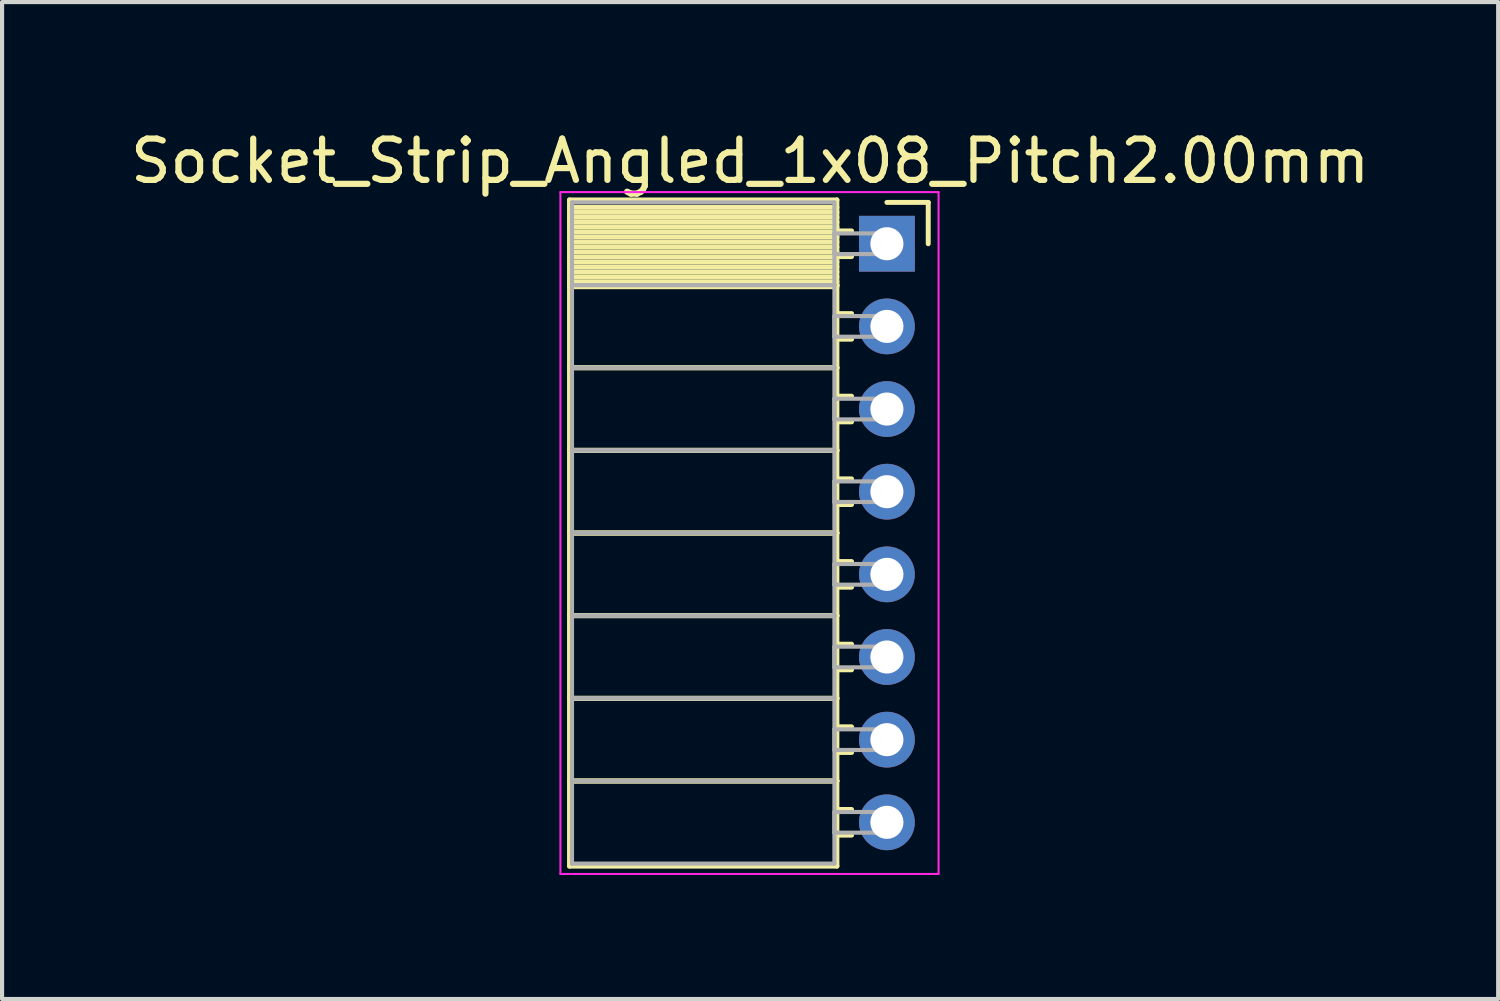
<source format=kicad_pcb>
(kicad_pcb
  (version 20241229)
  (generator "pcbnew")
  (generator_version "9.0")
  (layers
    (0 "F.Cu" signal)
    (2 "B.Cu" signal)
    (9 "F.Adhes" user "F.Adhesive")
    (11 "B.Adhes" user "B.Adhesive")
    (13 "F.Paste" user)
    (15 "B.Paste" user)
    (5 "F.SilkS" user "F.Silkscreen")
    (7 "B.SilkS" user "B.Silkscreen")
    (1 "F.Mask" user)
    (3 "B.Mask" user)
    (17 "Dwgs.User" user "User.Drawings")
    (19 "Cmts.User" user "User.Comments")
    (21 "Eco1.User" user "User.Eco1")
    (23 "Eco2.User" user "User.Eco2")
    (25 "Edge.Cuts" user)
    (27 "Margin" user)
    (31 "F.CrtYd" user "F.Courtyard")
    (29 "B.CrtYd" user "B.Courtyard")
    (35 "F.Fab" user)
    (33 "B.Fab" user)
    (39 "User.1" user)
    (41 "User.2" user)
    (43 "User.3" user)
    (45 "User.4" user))
  (footprint "Socket_Strip_Angled_1x08_Pitch2.00mm"
    (layer "F.Cu")
    (at 18.411 2.848)
    (property "Reference" "Socket_Strip_Angled_1x08_Pitch2.00mm" (at -3.31 -2 0) (layer "F.SilkS") (effects (font (size 1 1) (thickness 0.15))))
    (attr through_hole)
    (fp_line (start -7.68 -1.06) (end -1.21 -1.06) (stroke (width 0.12) (type solid)) (layer "F.SilkS"))
    (fp_line (start -7.68 1) (end -7.68 -1.06) (stroke (width 0.12) (type solid)) (layer "F.SilkS"))
    (fp_line (start -7.68 1) (end -1.21 1) (stroke (width 0.12) (type solid)) (layer "F.SilkS"))
    (fp_line (start -7.68 3) (end -7.68 1) (stroke (width 0.12) (type solid)) (layer "F.SilkS"))
    (fp_line (start -7.68 3) (end -1.21 3) (stroke (width 0.12) (type solid)) (layer "F.SilkS"))
    (fp_line (start -7.68 5) (end -7.68 3) (stroke (width 0.12) (type solid)) (layer "F.SilkS"))
    (fp_line (start -7.68 5) (end -1.21 5) (stroke (width 0.12) (type solid)) (layer "F.SilkS"))
    (fp_line (start -7.68 7) (end -7.68 5) (stroke (width 0.12) (type solid)) (layer "F.SilkS"))
    (fp_line (start -7.68 7) (end -1.21 7) (stroke (width 0.12) (type solid)) (layer "F.SilkS"))
    (fp_line (start -7.68 9) (end -7.68 7) (stroke (width 0.12) (type solid)) (layer "F.SilkS"))
    (fp_line (start -7.68 9) (end -1.21 9) (stroke (width 0.12) (type solid)) (layer "F.SilkS"))
    (fp_line (start -7.68 11) (end -7.68 9) (stroke (width 0.12) (type solid)) (layer "F.SilkS"))
    (fp_line (start -7.68 11) (end -1.21 11) (stroke (width 0.12) (type solid)) (layer "F.SilkS"))
    (fp_line (start -7.68 13) (end -7.68 11) (stroke (width 0.12) (type solid)) (layer "F.SilkS"))
    (fp_line (start -7.68 13) (end -1.21 13) (stroke (width 0.12) (type solid)) (layer "F.SilkS"))
    (fp_line (start -7.68 15.06) (end -7.68 13) (stroke (width 0.12) (type solid)) (layer "F.SilkS"))
    (fp_line (start -1.21 -1.06) (end -1.21 1) (stroke (width 0.12) (type solid)) (layer "F.SilkS"))
    (fp_line (start -1.21 -0.88) (end -7.68 -0.88) (stroke (width 0.12) (type solid)) (layer "F.SilkS"))
    (fp_line (start -1.21 -0.76) (end -7.68 -0.76) (stroke (width 0.12) (type solid)) (layer "F.SilkS"))
    (fp_line (start -1.21 -0.64) (end -7.68 -0.64) (stroke (width 0.12) (type solid)) (layer "F.SilkS"))
    (fp_line (start -1.21 -0.52) (end -7.68 -0.52) (stroke (width 0.12) (type solid)) (layer "F.SilkS"))
    (fp_line (start -1.21 -0.4) (end -7.68 -0.4) (stroke (width 0.12) (type solid)) (layer "F.SilkS"))
    (fp_line (start -1.21 -0.28) (end -7.68 -0.28) (stroke (width 0.12) (type solid)) (layer "F.SilkS"))
    (fp_line (start -1.21 -0.16) (end -7.68 -0.16) (stroke (width 0.12) (type solid)) (layer "F.SilkS"))
    (fp_line (start -1.21 -0.04) (end -7.68 -0.04) (stroke (width 0.12) (type solid)) (layer "F.SilkS"))
    (fp_line (start -1.21 0.08) (end -7.68 0.08) (stroke (width 0.12) (type solid)) (layer "F.SilkS"))
    (fp_line (start -1.21 0.2) (end -7.68 0.2) (stroke (width 0.12) (type solid)) (layer "F.SilkS"))
    (fp_line (start -1.21 0.32) (end -7.68 0.32) (stroke (width 0.12) (type solid)) (layer "F.SilkS"))
    (fp_line (start -1.21 0.44) (end -7.68 0.44) (stroke (width 0.12) (type solid)) (layer "F.SilkS"))
    (fp_line (start -1.21 0.56) (end -7.68 0.56) (stroke (width 0.12) (type solid)) (layer "F.SilkS"))
    (fp_line (start -1.21 0.68) (end -7.68 0.68) (stroke (width 0.12) (type solid)) (layer "F.SilkS"))
    (fp_line (start -1.21 0.8) (end -7.68 0.8) (stroke (width 0.12) (type solid)) (layer "F.SilkS"))
    (fp_line (start -1.21 0.92) (end -7.68 0.92) (stroke (width 0.12) (type solid)) (layer "F.SilkS"))
    (fp_line (start -1.21 1) (end -7.68 1) (stroke (width 0.12) (type solid)) (layer "F.SilkS"))
    (fp_line (start -1.21 1) (end -1.21 3) (stroke (width 0.12) (type solid)) (layer "F.SilkS"))
    (fp_line (start -1.21 1.04) (end -7.68 1.04) (stroke (width 0.12) (type solid)) (layer "F.SilkS"))
    (fp_line (start -1.21 3) (end -7.68 3) (stroke (width 0.12) (type solid)) (layer "F.SilkS"))
    (fp_line (start -1.21 3) (end -1.21 5) (stroke (width 0.12) (type solid)) (layer "F.SilkS"))
    (fp_line (start -1.21 5) (end -7.68 5) (stroke (width 0.12) (type solid)) (layer "F.SilkS"))
    (fp_line (start -1.21 5) (end -1.21 7) (stroke (width 0.12) (type solid)) (layer "F.SilkS"))
    (fp_line (start -1.21 7) (end -7.68 7) (stroke (width 0.12) (type solid)) (layer "F.SilkS"))
    (fp_line (start -1.21 7) (end -1.21 9) (stroke (width 0.12) (type solid)) (layer "F.SilkS"))
    (fp_line (start -1.21 9) (end -7.68 9) (stroke (width 0.12) (type solid)) (layer "F.SilkS"))
    (fp_line (start -1.21 9) (end -1.21 11) (stroke (width 0.12) (type solid)) (layer "F.SilkS"))
    (fp_line (start -1.21 11) (end -7.68 11) (stroke (width 0.12) (type solid)) (layer "F.SilkS"))
    (fp_line (start -1.21 11) (end -1.21 13) (stroke (width 0.12) (type solid)) (layer "F.SilkS"))
    (fp_line (start -1.21 13) (end -7.68 13) (stroke (width 0.12) (type solid)) (layer "F.SilkS"))
    (fp_line (start -1.21 13) (end -1.21 15.06) (stroke (width 0.12) (type solid)) (layer "F.SilkS"))
    (fp_line (start -1.21 15.06) (end -7.68 15.06) (stroke (width 0.12) (type solid)) (layer "F.SilkS"))
    (fp_line (start -0.855 -0.31) (end -1.21 -0.31) (stroke (width 0.12) (type solid)) (layer "F.SilkS"))
    (fp_line (start -0.855 0.31) (end -1.21 0.31) (stroke (width 0.12) (type solid)) (layer "F.SilkS"))
    (fp_line (start -0.855 1.69) (end -1.21 1.69) (stroke (width 0.12) (type solid)) (layer "F.SilkS"))
    (fp_line (start -0.855 2.31) (end -1.21 2.31) (stroke (width 0.12) (type solid)) (layer "F.SilkS"))
    (fp_line (start -0.855 3.69) (end -1.21 3.69) (stroke (width 0.12) (type solid)) (layer "F.SilkS"))
    (fp_line (start -0.855 4.31) (end -1.21 4.31) (stroke (width 0.12) (type solid)) (layer "F.SilkS"))
    (fp_line (start -0.855 5.69) (end -1.21 5.69) (stroke (width 0.12) (type solid)) (layer "F.SilkS"))
    (fp_line (start -0.855 6.31) (end -1.21 6.31) (stroke (width 0.12) (type solid)) (layer "F.SilkS"))
    (fp_line (start -0.855 7.69) (end -1.21 7.69) (stroke (width 0.12) (type solid)) (layer "F.SilkS"))
    (fp_line (start -0.855 8.31) (end -1.21 8.31) (stroke (width 0.12) (type solid)) (layer "F.SilkS"))
    (fp_line (start -0.855 9.69) (end -1.21 9.69) (stroke (width 0.12) (type solid)) (layer "F.SilkS"))
    (fp_line (start -0.855 10.31) (end -1.21 10.31) (stroke (width 0.12) (type solid)) (layer "F.SilkS"))
    (fp_line (start -0.855 11.69) (end -1.21 11.69) (stroke (width 0.12) (type solid)) (layer "F.SilkS"))
    (fp_line (start -0.855 12.31) (end -1.21 12.31) (stroke (width 0.12) (type solid)) (layer "F.SilkS"))
    (fp_line (start -0.855 13.69) (end -1.21 13.69) (stroke (width 0.12) (type solid)) (layer "F.SilkS"))
    (fp_line (start -0.855 14.31) (end -1.21 14.31) (stroke (width 0.12) (type solid)) (layer "F.SilkS"))
    (fp_line (start 0 -1) (end 1 -1) (stroke (width 0.12) (type solid)) (layer "F.SilkS"))
    (fp_line (start 1 -1) (end 1 0) (stroke (width 0.12) (type solid)) (layer "F.SilkS"))
    (fp_line (start -7.9 -1.25) (end 1.25 -1.25) (stroke (width 0.05) (type solid)) (layer "F.CrtYd"))
    (fp_line (start -7.9 15.25) (end -7.9 -1.25) (stroke (width 0.05) (type solid)) (layer "F.CrtYd"))
    (fp_line (start 1.25 -1.25) (end 1.25 15.25) (stroke (width 0.05) (type solid)) (layer "F.CrtYd"))
    (fp_line (start 1.25 15.25) (end -7.9 15.25) (stroke (width 0.05) (type solid)) (layer "F.CrtYd"))
    (fp_line (start -7.62 -1) (end -1.27 -1) (stroke (width 0.1) (type solid)) (layer "F.Fab"))
    (fp_line (start -7.62 1) (end -7.62 -1) (stroke (width 0.1) (type solid)) (layer "F.Fab"))
    (fp_line (start -7.62 1) (end -1.27 1) (stroke (width 0.1) (type solid)) (layer "F.Fab"))
    (fp_line (start -7.62 3) (end -7.62 1) (stroke (width 0.1) (type solid)) (layer "F.Fab"))
    (fp_line (start -7.62 3) (end -1.27 3) (stroke (width 0.1) (type solid)) (layer "F.Fab"))
    (fp_line (start -7.62 5) (end -7.62 3) (stroke (width 0.1) (type solid)) (layer "F.Fab"))
    (fp_line (start -7.62 5) (end -1.27 5) (stroke (width 0.1) (type solid)) (layer "F.Fab"))
    (fp_line (start -7.62 7) (end -7.62 5) (stroke (width 0.1) (type solid)) (layer "F.Fab"))
    (fp_line (start -7.62 7) (end -1.27 7) (stroke (width 0.1) (type solid)) (layer "F.Fab"))
    (fp_line (start -7.62 9) (end -7.62 7) (stroke (width 0.1) (type solid)) (layer "F.Fab"))
    (fp_line (start -7.62 9) (end -1.27 9) (stroke (width 0.1) (type solid)) (layer "F.Fab"))
    (fp_line (start -7.62 11) (end -7.62 9) (stroke (width 0.1) (type solid)) (layer "F.Fab"))
    (fp_line (start -7.62 11) (end -1.27 11) (stroke (width 0.1) (type solid)) (layer "F.Fab"))
    (fp_line (start -7.62 13) (end -7.62 11) (stroke (width 0.1) (type solid)) (layer "F.Fab"))
    (fp_line (start -7.62 13) (end -1.27 13) (stroke (width 0.1) (type solid)) (layer "F.Fab"))
    (fp_line (start -7.62 15) (end -7.62 13) (stroke (width 0.1) (type solid)) (layer "F.Fab"))
    (fp_line (start -1.27 -1) (end -1.27 1) (stroke (width 0.1) (type solid)) (layer "F.Fab"))
    (fp_line (start -1.27 -0.25) (end 0 -0.25) (stroke (width 0.1) (type solid)) (layer "F.Fab"))
    (fp_line (start -1.27 0.25) (end -1.27 -0.25) (stroke (width 0.1) (type solid)) (layer "F.Fab"))
    (fp_line (start -1.27 1) (end -7.62 1) (stroke (width 0.1) (type solid)) (layer "F.Fab"))
    (fp_line (start -1.27 1) (end -1.27 3) (stroke (width 0.1) (type solid)) (layer "F.Fab"))
    (fp_line (start -1.27 1.75) (end 0 1.75) (stroke (width 0.1) (type solid)) (layer "F.Fab"))
    (fp_line (start -1.27 2.25) (end -1.27 1.75) (stroke (width 0.1) (type solid)) (layer "F.Fab"))
    (fp_line (start -1.27 3) (end -7.62 3) (stroke (width 0.1) (type solid)) (layer "F.Fab"))
    (fp_line (start -1.27 3) (end -1.27 5) (stroke (width 0.1) (type solid)) (layer "F.Fab"))
    (fp_line (start -1.27 3.75) (end 0 3.75) (stroke (width 0.1) (type solid)) (layer "F.Fab"))
    (fp_line (start -1.27 4.25) (end -1.27 3.75) (stroke (width 0.1) (type solid)) (layer "F.Fab"))
    (fp_line (start -1.27 5) (end -7.62 5) (stroke (width 0.1) (type solid)) (layer "F.Fab"))
    (fp_line (start -1.27 5) (end -1.27 7) (stroke (width 0.1) (type solid)) (layer "F.Fab"))
    (fp_line (start -1.27 5.75) (end 0 5.75) (stroke (width 0.1) (type solid)) (layer "F.Fab"))
    (fp_line (start -1.27 6.25) (end -1.27 5.75) (stroke (width 0.1) (type solid)) (layer "F.Fab"))
    (fp_line (start -1.27 7) (end -7.62 7) (stroke (width 0.1) (type solid)) (layer "F.Fab"))
    (fp_line (start -1.27 7) (end -1.27 9) (stroke (width 0.1) (type solid)) (layer "F.Fab"))
    (fp_line (start -1.27 7.75) (end 0 7.75) (stroke (width 0.1) (type solid)) (layer "F.Fab"))
    (fp_line (start -1.27 8.25) (end -1.27 7.75) (stroke (width 0.1) (type solid)) (layer "F.Fab"))
    (fp_line (start -1.27 9) (end -7.62 9) (stroke (width 0.1) (type solid)) (layer "F.Fab"))
    (fp_line (start -1.27 9) (end -1.27 11) (stroke (width 0.1) (type solid)) (layer "F.Fab"))
    (fp_line (start -1.27 9.75) (end 0 9.75) (stroke (width 0.1) (type solid)) (layer "F.Fab"))
    (fp_line (start -1.27 10.25) (end -1.27 9.75) (stroke (width 0.1) (type solid)) (layer "F.Fab"))
    (fp_line (start -1.27 11) (end -7.62 11) (stroke (width 0.1) (type solid)) (layer "F.Fab"))
    (fp_line (start -1.27 11) (end -1.27 13) (stroke (width 0.1) (type solid)) (layer "F.Fab"))
    (fp_line (start -1.27 11.75) (end 0 11.75) (stroke (width 0.1) (type solid)) (layer "F.Fab"))
    (fp_line (start -1.27 12.25) (end -1.27 11.75) (stroke (width 0.1) (type solid)) (layer "F.Fab"))
    (fp_line (start -1.27 13) (end -7.62 13) (stroke (width 0.1) (type solid)) (layer "F.Fab"))
    (fp_line (start -1.27 13) (end -1.27 15) (stroke (width 0.1) (type solid)) (layer "F.Fab"))
    (fp_line (start -1.27 13.75) (end 0 13.75) (stroke (width 0.1) (type solid)) (layer "F.Fab"))
    (fp_line (start -1.27 14.25) (end -1.27 13.75) (stroke (width 0.1) (type solid)) (layer "F.Fab"))
    (fp_line (start -1.27 15) (end -7.62 15) (stroke (width 0.1) (type solid)) (layer "F.Fab"))
    (fp_line (start 0 -0.25) (end 0 0.25) (stroke (width 0.1) (type solid)) (layer "F.Fab"))
    (fp_line (start 0 0.25) (end -1.27 0.25) (stroke (width 0.1) (type solid)) (layer "F.Fab"))
    (fp_line (start 0 1.75) (end 0 2.25) (stroke (width 0.1) (type solid)) (layer "F.Fab"))
    (fp_line (start 0 2.25) (end -1.27 2.25) (stroke (width 0.1) (type solid)) (layer "F.Fab"))
    (fp_line (start 0 3.75) (end 0 4.25) (stroke (width 0.1) (type solid)) (layer "F.Fab"))
    (fp_line (start 0 4.25) (end -1.27 4.25) (stroke (width 0.1) (type solid)) (layer "F.Fab"))
    (fp_line (start 0 5.75) (end 0 6.25) (stroke (width 0.1) (type solid)) (layer "F.Fab"))
    (fp_line (start 0 6.25) (end -1.27 6.25) (stroke (width 0.1) (type solid)) (layer "F.Fab"))
    (fp_line (start 0 7.75) (end 0 8.25) (stroke (width 0.1) (type solid)) (layer "F.Fab"))
    (fp_line (start 0 8.25) (end -1.27 8.25) (stroke (width 0.1) (type solid)) (layer "F.Fab"))
    (fp_line (start 0 9.75) (end 0 10.25) (stroke (width 0.1) (type solid)) (layer "F.Fab"))
    (fp_line (start 0 10.25) (end -1.27 10.25) (stroke (width 0.1) (type solid)) (layer "F.Fab"))
    (fp_line (start 0 11.75) (end 0 12.25) (stroke (width 0.1) (type solid)) (layer "F.Fab"))
    (fp_line (start 0 12.25) (end -1.27 12.25) (stroke (width 0.1) (type solid)) (layer "F.Fab"))
    (fp_line (start 0 13.75) (end 0 14.25) (stroke (width 0.1) (type solid)) (layer "F.Fab"))
    (fp_line (start 0 14.25) (end -1.27 14.25) (stroke (width 0.1) (type solid)) (layer "F.Fab"))
    (pad "1" thru_hole rect (at 0 0) (size 1.35 1.35) (drill 0.8) (layers "*.Cu" "*.Mask"))
    (pad "2" thru_hole oval (at 0 2) (size 1.35 1.35) (drill 0.8) (layers "*.Cu" "*.Mask"))
    (pad "3" thru_hole oval (at 0 4) (size 1.35 1.35) (drill 0.8) (layers "*.Cu" "*.Mask"))
    (pad "4" thru_hole oval (at 0 6) (size 1.35 1.35) (drill 0.8) (layers "*.Cu" "*.Mask"))
    (pad "5" thru_hole oval (at 0 8) (size 1.35 1.35) (drill 0.8) (layers "*.Cu" "*.Mask"))
    (pad "6" thru_hole oval (at 0 10) (size 1.35 1.35) (drill 0.8) (layers "*.Cu" "*.Mask"))
    (pad "7" thru_hole oval (at 0 12) (size 1.35 1.35) (drill 0.8) (layers "*.Cu" "*.Mask"))
    (pad "8" thru_hole oval (at 0 14) (size 1.35 1.35) (drill 0.8) (layers "*.Cu" "*.Mask")))
  (gr_rect
    (start -3 -3)
    (end 33.202 21.123)
    (stroke (width 0.1) (type default))
    (fill no)
    (layer "Edge.Cuts")))
</source>
